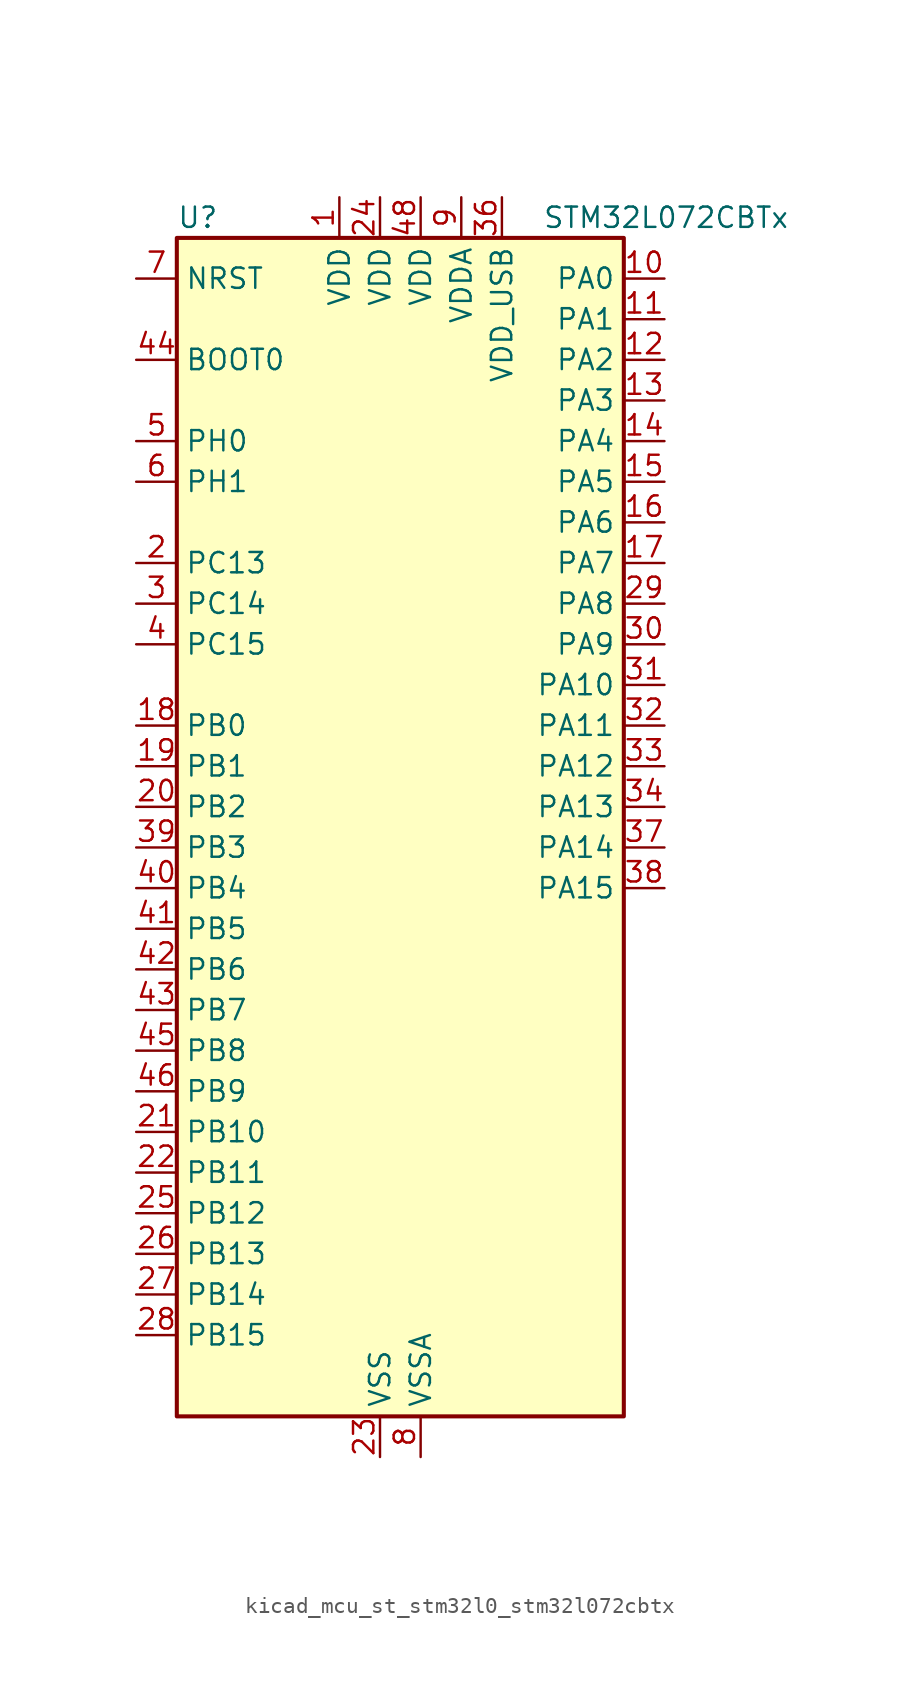
<source format=kicad_sym>
(kicad_symbol_lib
  (version 20220914)
  (generator kicad_symbol_editor)
  (symbol "kicad_mcu_st_stm32l0_stm32l072cbtx"
    (property "Reference" "U"
      (at -12.7 39.37 0)
      (effects (font (size 1.27 1.27)) (justify left)))
    (property "Value" "STM32L072CBTx"
      (at 10.16 39.37 0)
      (effects (font (size 1.27 1.27)) (justify left)))
    (property "ki_locked" ""
      (at 0 0 0)
      (effects (font (size 1.27 1.27))))
    (symbol "kicad_mcu_st_stm32l0_stm32l072cbtx_0_1"
      (rectangle (start -12.7 -35.56) (end 15.24 38.1) (stroke (width 0.254) (type default)) (fill (type background))))
    (symbol "kicad_mcu_st_stm32l0_stm32l072cbtx_1_1"
      (pin power_in line (at -2.54 40.64 270) (length 2.54) (name "VDD" (effects (font (size 1.27 1.27)))) (number "1" (effects (font (size 1.27 1.27)))))
      (pin bidirectional line (at 17.78 35.56 180) (length 2.54) (name "PA0" (effects (font (size 1.27 1.27)))) (number "10" (effects (font (size 1.27 1.27)))) (alternate "ADC_IN0" bidirectional line) (alternate "COMP1_INM" bidirectional line) (alternate "COMP1_OUT" bidirectional line) (alternate "RTC_TAMP2" bidirectional line) (alternate "SYS_WKUP1" bidirectional line) (alternate "TIM2_CH1" bidirectional line) (alternate "TIM2_ETR" bidirectional line) (alternate "TSC_G1_IO1" bidirectional line) (alternate "USART2_CTS" bidirectional line) (alternate "USART4_TX" bidirectional line))
      (pin bidirectional line (at 17.78 33.02 180) (length 2.54) (name "PA1" (effects (font (size 1.27 1.27)))) (number "11" (effects (font (size 1.27 1.27)))) (alternate "ADC_IN1" bidirectional line) (alternate "COMP1_INP" bidirectional line) (alternate "TIM21_ETR" bidirectional line) (alternate "TIM2_CH2" bidirectional line) (alternate "TSC_G1_IO2" bidirectional line) (alternate "USART2_DE" bidirectional line) (alternate "USART2_RTS" bidirectional line) (alternate "USART4_RX" bidirectional line))
      (pin bidirectional line (at 17.78 30.48 180) (length 2.54) (name "PA2" (effects (font (size 1.27 1.27)))) (number "12" (effects (font (size 1.27 1.27)))) (alternate "ADC_IN2" bidirectional line) (alternate "COMP2_INM" bidirectional line) (alternate "COMP2_OUT" bidirectional line) (alternate "LPUART1_TX" bidirectional line) (alternate "TIM21_CH1" bidirectional line) (alternate "TIM2_CH3" bidirectional line) (alternate "TSC_G1_IO3" bidirectional line) (alternate "USART2_TX" bidirectional line))
      (pin bidirectional line (at 17.78 27.94 180) (length 2.54) (name "PA3" (effects (font (size 1.27 1.27)))) (number "13" (effects (font (size 1.27 1.27)))) (alternate "ADC_IN3" bidirectional line) (alternate "COMP2_INP" bidirectional line) (alternate "LPUART1_RX" bidirectional line) (alternate "TIM21_CH2" bidirectional line) (alternate "TIM2_CH4" bidirectional line) (alternate "TSC_G1_IO4" bidirectional line) (alternate "USART2_RX" bidirectional line))
      (pin bidirectional line (at 17.78 25.4 180) (length 2.54) (name "PA4" (effects (font (size 1.27 1.27)))) (number "14" (effects (font (size 1.27 1.27)))) (alternate "ADC_IN4" bidirectional line) (alternate "COMP1_INM" bidirectional line) (alternate "COMP2_INM" bidirectional line) (alternate "DAC_OUT1" bidirectional line) (alternate "SPI1_NSS" bidirectional line) (alternate "TIM22_ETR" bidirectional line) (alternate "TSC_G2_IO1" bidirectional line) (alternate "USART2_CK" bidirectional line))
      (pin bidirectional line (at 17.78 22.86 180) (length 2.54) (name "PA5" (effects (font (size 1.27 1.27)))) (number "15" (effects (font (size 1.27 1.27)))) (alternate "ADC_IN5" bidirectional line) (alternate "COMP1_INM" bidirectional line) (alternate "COMP2_INM" bidirectional line) (alternate "DAC_OUT2" bidirectional line) (alternate "SPI1_SCK" bidirectional line) (alternate "TIM2_CH1" bidirectional line) (alternate "TIM2_ETR" bidirectional line) (alternate "TSC_G2_IO2" bidirectional line))
      (pin bidirectional line (at 17.78 20.32 180) (length 2.54) (name "PA6" (effects (font (size 1.27 1.27)))) (number "16" (effects (font (size 1.27 1.27)))) (alternate "ADC_IN6" bidirectional line) (alternate "COMP1_OUT" bidirectional line) (alternate "LPUART1_CTS" bidirectional line) (alternate "SPI1_MISO" bidirectional line) (alternate "TIM22_CH1" bidirectional line) (alternate "TIM3_CH1" bidirectional line) (alternate "TSC_G2_IO3" bidirectional line))
      (pin bidirectional line (at 17.78 17.78 180) (length 2.54) (name "PA7" (effects (font (size 1.27 1.27)))) (number "17" (effects (font (size 1.27 1.27)))) (alternate "ADC_IN7" bidirectional line) (alternate "COMP2_OUT" bidirectional line) (alternate "SPI1_MOSI" bidirectional line) (alternate "TIM22_CH2" bidirectional line) (alternate "TIM3_CH2" bidirectional line) (alternate "TSC_G2_IO4" bidirectional line))
      (pin bidirectional line (at -15.24 7.62 0) (length 2.54) (name "PB0" (effects (font (size 1.27 1.27)))) (number "18" (effects (font (size 1.27 1.27)))) (alternate "ADC_IN8" bidirectional line) (alternate "SYS_VREF_OUT_PB0" bidirectional line) (alternate "TIM3_CH3" bidirectional line) (alternate "TSC_G3_IO2" bidirectional line))
      (pin bidirectional line (at -15.24 5.08 0) (length 2.54) (name "PB1" (effects (font (size 1.27 1.27)))) (number "19" (effects (font (size 1.27 1.27)))) (alternate "ADC_IN9" bidirectional line) (alternate "LPUART1_DE" bidirectional line) (alternate "LPUART1_RTS" bidirectional line) (alternate "SYS_VREF_OUT_PB1" bidirectional line) (alternate "TIM3_CH4" bidirectional line) (alternate "TSC_G3_IO3" bidirectional line))
      (pin bidirectional line (at -15.24 17.78 0) (length 2.54) (name "PC13" (effects (font (size 1.27 1.27)))) (number "2" (effects (font (size 1.27 1.27)))) (alternate "RTC_OUT_ALARM" bidirectional line) (alternate "RTC_OUT_CALIB" bidirectional line) (alternate "RTC_TAMP1" bidirectional line) (alternate "RTC_TS" bidirectional line) (alternate "SYS_WKUP2" bidirectional line))
      (pin bidirectional line (at -15.24 2.54 0) (length 2.54) (name "PB2" (effects (font (size 1.27 1.27)))) (number "20" (effects (font (size 1.27 1.27)))) (alternate "I2C3_SMBA" bidirectional line) (alternate "LPTIM1_OUT" bidirectional line) (alternate "TSC_G3_IO4" bidirectional line))
      (pin bidirectional line (at -15.24 -17.78 0) (length 2.54) (name "PB10" (effects (font (size 1.27 1.27)))) (number "21" (effects (font (size 1.27 1.27)))) (alternate "I2C2_SCL" bidirectional line) (alternate "LPUART1_RX" bidirectional line) (alternate "LPUART1_TX" bidirectional line) (alternate "SPI2_SCK" bidirectional line) (alternate "TIM2_CH3" bidirectional line) (alternate "TSC_SYNC" bidirectional line))
      (pin bidirectional line (at -15.24 -20.32 0) (length 2.54) (name "PB11" (effects (font (size 1.27 1.27)))) (number "22" (effects (font (size 1.27 1.27)))) (alternate "ADC_EXTI11" bidirectional line) (alternate "I2C2_SDA" bidirectional line) (alternate "LPUART1_RX" bidirectional line) (alternate "LPUART1_TX" bidirectional line) (alternate "TIM2_CH4" bidirectional line) (alternate "TSC_G6_IO1" bidirectional line))
      (pin power_in line (at 0 -38.1 90) (length 2.54) (name "VSS" (effects (font (size 1.27 1.27)))) (number "23" (effects (font (size 1.27 1.27)))))
      (pin power_in line (at 0 40.64 270) (length 2.54) (name "VDD" (effects (font (size 1.27 1.27)))) (number "24" (effects (font (size 1.27 1.27)))))
      (pin bidirectional line (at -15.24 -22.86 0) (length 2.54) (name "PB12" (effects (font (size 1.27 1.27)))) (number "25" (effects (font (size 1.27 1.27)))) (alternate "I2S2_WS" bidirectional line) (alternate "LPUART1_DE" bidirectional line) (alternate "LPUART1_RTS" bidirectional line) (alternate "SPI2_NSS" bidirectional line) (alternate "TSC_G6_IO2" bidirectional line))
      (pin bidirectional line (at -15.24 -25.4 0) (length 2.54) (name "PB13" (effects (font (size 1.27 1.27)))) (number "26" (effects (font (size 1.27 1.27)))) (alternate "I2C2_SCL" bidirectional line) (alternate "I2S2_CK" bidirectional line) (alternate "LPUART1_CTS" bidirectional line) (alternate "RCC_MCO" bidirectional line) (alternate "SPI2_SCK" bidirectional line) (alternate "TIM21_CH1" bidirectional line) (alternate "TSC_G6_IO3" bidirectional line))
      (pin bidirectional line (at -15.24 -27.94 0) (length 2.54) (name "PB14" (effects (font (size 1.27 1.27)))) (number "27" (effects (font (size 1.27 1.27)))) (alternate "I2C2_SDA" bidirectional line) (alternate "I2S2_MCK" bidirectional line) (alternate "LPUART1_DE" bidirectional line) (alternate "LPUART1_RTS" bidirectional line) (alternate "RTC_OUT_ALARM" bidirectional line) (alternate "RTC_OUT_CALIB" bidirectional line) (alternate "SPI2_MISO" bidirectional line) (alternate "TIM21_CH2" bidirectional line) (alternate "TSC_G6_IO4" bidirectional line))
      (pin bidirectional line (at -15.24 -30.48 0) (length 2.54) (name "PB15" (effects (font (size 1.27 1.27)))) (number "28" (effects (font (size 1.27 1.27)))) (alternate "I2S2_SD" bidirectional line) (alternate "RTC_REFIN" bidirectional line) (alternate "SPI2_MOSI" bidirectional line))
      (pin bidirectional line (at 17.78 15.24 180) (length 2.54) (name "PA8" (effects (font (size 1.27 1.27)))) (number "29" (effects (font (size 1.27 1.27)))) (alternate "CRS_SYNC" bidirectional line) (alternate "I2C3_SCL" bidirectional line) (alternate "RCC_MCO" bidirectional line) (alternate "USART1_CK" bidirectional line))
      (pin bidirectional line (at -15.24 15.24 0) (length 2.54) (name "PC14" (effects (font (size 1.27 1.27)))) (number "3" (effects (font (size 1.27 1.27)))) (alternate "RCC_OSC32_IN" bidirectional line))
      (pin bidirectional line (at 17.78 12.7 180) (length 2.54) (name "PA9" (effects (font (size 1.27 1.27)))) (number "30" (effects (font (size 1.27 1.27)))) (alternate "DAC_EXTI9" bidirectional line) (alternate "I2C1_SCL" bidirectional line) (alternate "I2C3_SMBA" bidirectional line) (alternate "RCC_MCO" bidirectional line) (alternate "TSC_G4_IO1" bidirectional line) (alternate "USART1_TX" bidirectional line))
      (pin bidirectional line (at 17.78 10.16 180) (length 2.54) (name "PA10" (effects (font (size 1.27 1.27)))) (number "31" (effects (font (size 1.27 1.27)))) (alternate "I2C1_SDA" bidirectional line) (alternate "TSC_G4_IO2" bidirectional line) (alternate "USART1_RX" bidirectional line))
      (pin bidirectional line (at 17.78 7.62 180) (length 2.54) (name "PA11" (effects (font (size 1.27 1.27)))) (number "32" (effects (font (size 1.27 1.27)))) (alternate "ADC_EXTI11" bidirectional line) (alternate "COMP1_OUT" bidirectional line) (alternate "SPI1_MISO" bidirectional line) (alternate "TSC_G4_IO3" bidirectional line) (alternate "USART1_CTS" bidirectional line) (alternate "USB_DM" bidirectional line))
      (pin bidirectional line (at 17.78 5.08 180) (length 2.54) (name "PA12" (effects (font (size 1.27 1.27)))) (number "33" (effects (font (size 1.27 1.27)))) (alternate "COMP2_OUT" bidirectional line) (alternate "SPI1_MOSI" bidirectional line) (alternate "TSC_G4_IO4" bidirectional line) (alternate "USART1_DE" bidirectional line) (alternate "USART1_RTS" bidirectional line) (alternate "USB_DP" bidirectional line))
      (pin bidirectional line (at 17.78 2.54 180) (length 2.54) (name "PA13" (effects (font (size 1.27 1.27)))) (number "34" (effects (font (size 1.27 1.27)))) (alternate "LPUART1_RX" bidirectional line) (alternate "SYS_SWDIO" bidirectional line) (alternate "USB_NOE" bidirectional line))
      (pin passive line (at 0 -38.1 90) (length 2.54) hide (name "VSS" (effects (font (size 1.27 1.27)))) (number "35" (effects (font (size 1.27 1.27)))))
      (pin power_in line (at 7.62 40.64 270) (length 2.54) (name "VDD_USB" (effects (font (size 1.27 1.27)))) (number "36" (effects (font (size 1.27 1.27)))))
      (pin bidirectional line (at 17.78 0 180) (length 2.54) (name "PA14" (effects (font (size 1.27 1.27)))) (number "37" (effects (font (size 1.27 1.27)))) (alternate "LPUART1_TX" bidirectional line) (alternate "SYS_SWCLK" bidirectional line) (alternate "USART2_TX" bidirectional line))
      (pin bidirectional line (at 17.78 -2.54 180) (length 2.54) (name "PA15" (effects (font (size 1.27 1.27)))) (number "38" (effects (font (size 1.27 1.27)))) (alternate "SPI1_NSS" bidirectional line) (alternate "TIM2_CH1" bidirectional line) (alternate "TIM2_ETR" bidirectional line) (alternate "USART2_RX" bidirectional line) (alternate "USART4_DE" bidirectional line) (alternate "USART4_RTS" bidirectional line))
      (pin bidirectional line (at -15.24 0 0) (length 2.54) (name "PB3" (effects (font (size 1.27 1.27)))) (number "39" (effects (font (size 1.27 1.27)))) (alternate "COMP2_INM" bidirectional line) (alternate "SPI1_SCK" bidirectional line) (alternate "TIM2_CH2" bidirectional line) (alternate "TSC_G5_IO1" bidirectional line) (alternate "USART1_DE" bidirectional line) (alternate "USART1_RTS" bidirectional line) (alternate "USART5_TX" bidirectional line))
      (pin bidirectional line (at -15.24 12.7 0) (length 2.54) (name "PC15" (effects (font (size 1.27 1.27)))) (number "4" (effects (font (size 1.27 1.27)))) (alternate "RCC_OSC32_OUT" bidirectional line))
      (pin bidirectional line (at -15.24 -2.54 0) (length 2.54) (name "PB4" (effects (font (size 1.27 1.27)))) (number "40" (effects (font (size 1.27 1.27)))) (alternate "COMP2_INP" bidirectional line) (alternate "I2C3_SDA" bidirectional line) (alternate "SPI1_MISO" bidirectional line) (alternate "TIM22_CH1" bidirectional line) (alternate "TIM3_CH1" bidirectional line) (alternate "TSC_G5_IO2" bidirectional line) (alternate "USART1_CTS" bidirectional line) (alternate "USART5_RX" bidirectional line))
      (pin bidirectional line (at -15.24 -5.08 0) (length 2.54) (name "PB5" (effects (font (size 1.27 1.27)))) (number "41" (effects (font (size 1.27 1.27)))) (alternate "COMP2_INP" bidirectional line) (alternate "I2C1_SMBA" bidirectional line) (alternate "LPTIM1_IN1" bidirectional line) (alternate "SPI1_MOSI" bidirectional line) (alternate "TIM22_CH2" bidirectional line) (alternate "TIM3_CH2" bidirectional line) (alternate "USART1_CK" bidirectional line) (alternate "USART5_CK" bidirectional line) (alternate "USART5_DE" bidirectional line) (alternate "USART5_RTS" bidirectional line))
      (pin bidirectional line (at -15.24 -7.62 0) (length 2.54) (name "PB6" (effects (font (size 1.27 1.27)))) (number "42" (effects (font (size 1.27 1.27)))) (alternate "COMP2_INP" bidirectional line) (alternate "I2C1_SCL" bidirectional line) (alternate "LPTIM1_ETR" bidirectional line) (alternate "TSC_G5_IO3" bidirectional line) (alternate "USART1_TX" bidirectional line))
      (pin bidirectional line (at -15.24 -10.16 0) (length 2.54) (name "PB7" (effects (font (size 1.27 1.27)))) (number "43" (effects (font (size 1.27 1.27)))) (alternate "COMP2_INP" bidirectional line) (alternate "I2C1_SDA" bidirectional line) (alternate "LPTIM1_IN2" bidirectional line) (alternate "SYS_PVD_IN" bidirectional line) (alternate "TSC_G5_IO4" bidirectional line) (alternate "USART1_RX" bidirectional line) (alternate "USART4_CTS" bidirectional line))
      (pin input line (at -15.24 30.48 0) (length 2.54) (name "BOOT0" (effects (font (size 1.27 1.27)))) (number "44" (effects (font (size 1.27 1.27)))))
      (pin bidirectional line (at -15.24 -12.7 0) (length 2.54) (name "PB8" (effects (font (size 1.27 1.27)))) (number "45" (effects (font (size 1.27 1.27)))) (alternate "I2C1_SCL" bidirectional line) (alternate "TSC_SYNC" bidirectional line))
      (pin bidirectional line (at -15.24 -15.24 0) (length 2.54) (name "PB9" (effects (font (size 1.27 1.27)))) (number "46" (effects (font (size 1.27 1.27)))) (alternate "DAC_EXTI9" bidirectional line) (alternate "I2C1_SDA" bidirectional line) (alternate "I2S2_WS" bidirectional line) (alternate "SPI2_NSS" bidirectional line))
      (pin passive line (at 0 -38.1 90) (length 2.54) hide (name "VSS" (effects (font (size 1.27 1.27)))) (number "47" (effects (font (size 1.27 1.27)))))
      (pin power_in line (at 2.54 40.64 270) (length 2.54) (name "VDD" (effects (font (size 1.27 1.27)))) (number "48" (effects (font (size 1.27 1.27)))))
      (pin bidirectional line (at -15.24 25.4 0) (length 2.54) (name "PH0" (effects (font (size 1.27 1.27)))) (number "5" (effects (font (size 1.27 1.27)))) (alternate "CRS_SYNC" bidirectional line) (alternate "RCC_OSC_IN" bidirectional line))
      (pin bidirectional line (at -15.24 22.86 0) (length 2.54) (name "PH1" (effects (font (size 1.27 1.27)))) (number "6" (effects (font (size 1.27 1.27)))) (alternate "RCC_OSC_OUT" bidirectional line))
      (pin input line (at -15.24 35.56 0) (length 2.54) (name "NRST" (effects (font (size 1.27 1.27)))) (number "7" (effects (font (size 1.27 1.27)))))
      (pin power_in line (at 2.54 -38.1 90) (length 2.54) (name "VSSA" (effects (font (size 1.27 1.27)))) (number "8" (effects (font (size 1.27 1.27)))))
      (pin power_in line (at 5.08 40.64 270) (length 2.54) (name "VDDA" (effects (font (size 1.27 1.27)))) (number "9" (effects (font (size 1.27 1.27))))))))
</source>
